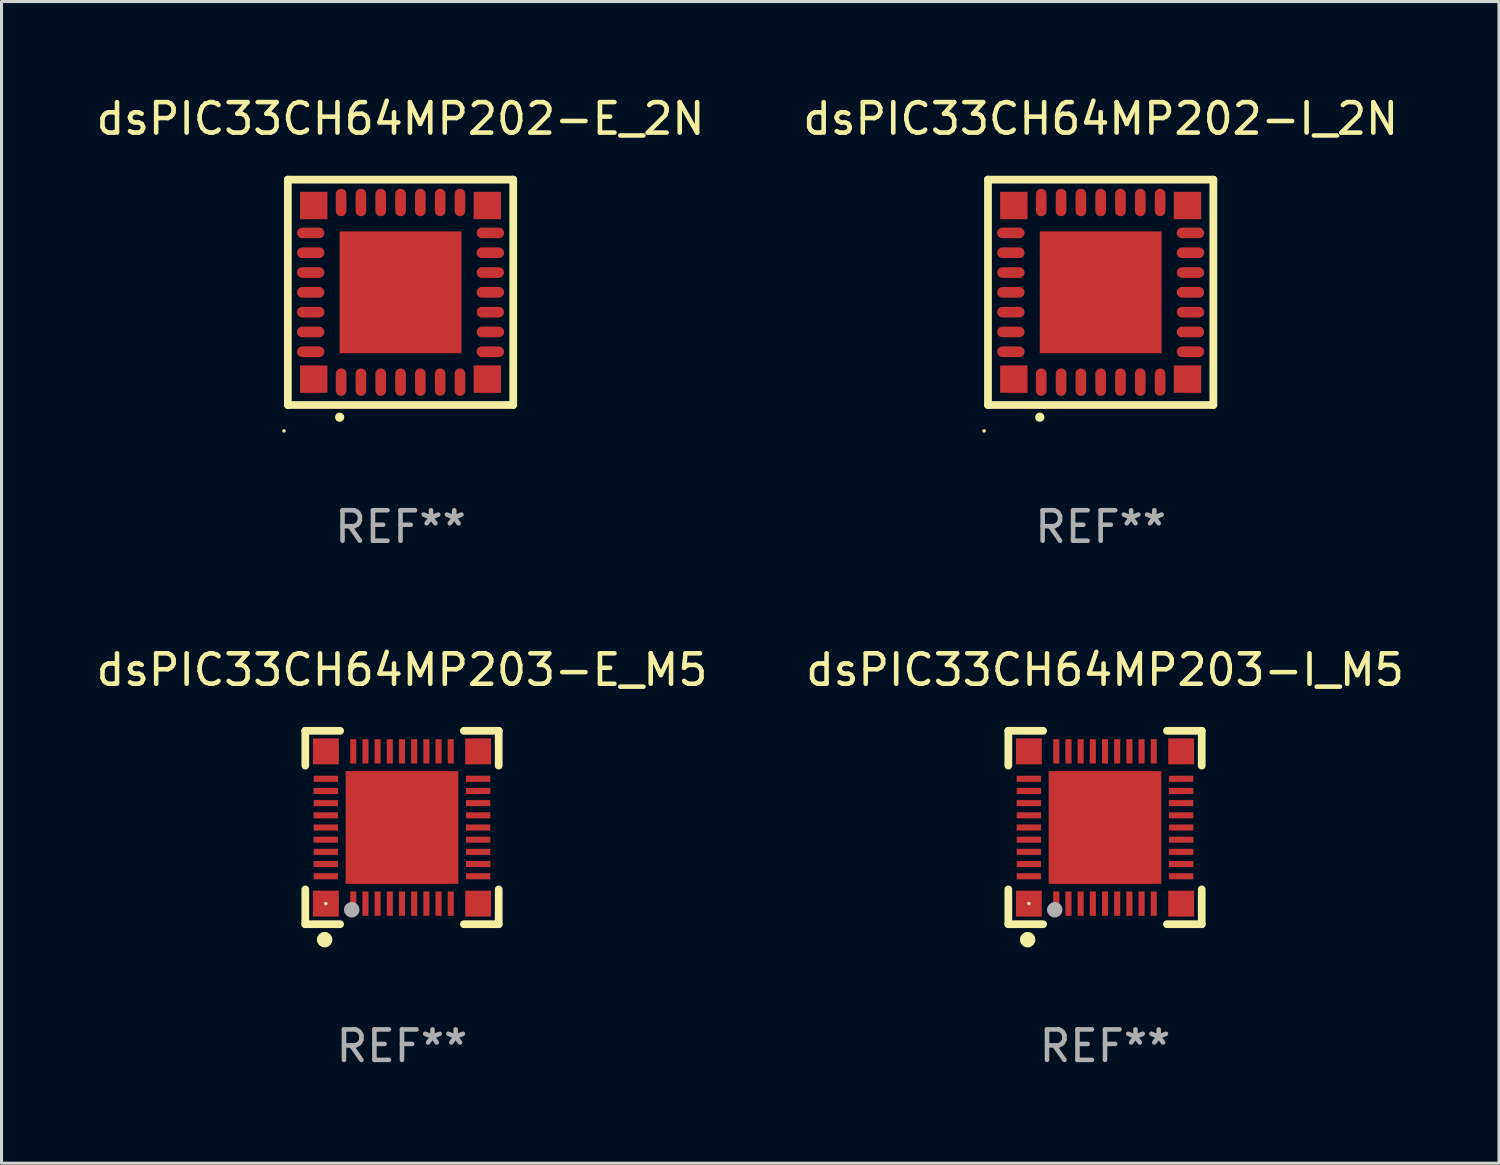
<source format=kicad_pcb>
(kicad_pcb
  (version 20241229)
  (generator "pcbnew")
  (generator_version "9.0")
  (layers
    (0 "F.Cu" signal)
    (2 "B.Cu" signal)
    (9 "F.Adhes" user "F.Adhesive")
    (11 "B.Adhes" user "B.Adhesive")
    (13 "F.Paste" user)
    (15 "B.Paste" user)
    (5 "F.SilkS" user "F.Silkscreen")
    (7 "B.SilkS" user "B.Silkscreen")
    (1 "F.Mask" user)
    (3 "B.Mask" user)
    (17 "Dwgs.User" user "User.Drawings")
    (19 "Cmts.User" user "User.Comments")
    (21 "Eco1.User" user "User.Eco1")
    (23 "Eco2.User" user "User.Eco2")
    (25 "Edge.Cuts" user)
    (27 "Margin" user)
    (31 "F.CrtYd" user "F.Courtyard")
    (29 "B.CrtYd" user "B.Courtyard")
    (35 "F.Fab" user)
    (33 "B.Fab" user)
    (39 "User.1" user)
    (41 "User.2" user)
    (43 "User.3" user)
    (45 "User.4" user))
  (footprint "dsPIC33CH64MP202-E_2N"
    (layer "F.Cu")
    (at 10.101 6.548)
    (property "Reference" "dsPIC33CH64MP202-E_2N" (at 0 -5.7 0) (layer "F.SilkS") (effects (font (size 1 1) (thickness 0.15))))
    (attr through_hole)
    (fp_line (start -3.7 -3.7) (end 3.7 -3.7) (stroke (width 0.254) (type solid)) (layer "F.SilkS"))
    (fp_line (start -3.7 3.7) (end -3.7 -3.7) (stroke (width 0.254) (type solid)) (layer "F.SilkS"))
    (fp_line (start 3.7 -3.7) (end 3.7 3.7) (stroke (width 0.254) (type solid)) (layer "F.SilkS"))
    (fp_line (start 3.7 3.7) (end -3.7 3.7) (stroke (width 0.254) (type solid)) (layer "F.SilkS"))
    (fp_arc (start -2 4.1) (mid -1.99873 4.099995) (end -1.99746 4.1) (stroke (width 0.3) (type solid)) (layer "F.SilkS"))
    (fp_circle (center -3.827 4.55) (end -3.797 4.55) (stroke (width 0.06) (type solid)) (fill no) (layer "F.SilkS"))
    (fp_text user "REF**" (at 0 7.7 0) (layer "F.Fab") (effects (font (size 1 1) (thickness 0.15))))
    (pad "1" smd oval (at -1.951 2.949 180) (size 0.35 0.9) (layers "F.Cu" "F.Mask" "F.Paste"))
    (pad "2" smd oval (at -1.3 2.949 180) (size 0.35 0.9) (layers "F.Cu" "F.Mask" "F.Paste"))
    (pad "3" smd oval (at -0.65 2.949 180) (size 0.35 0.9) (layers "F.Cu" "F.Mask" "F.Paste"))
    (pad "4" smd oval (at 0.000051 2.949 180) (size 0.35 0.9) (layers "F.Cu" "F.Mask" "F.Paste"))
    (pad "5" smd oval (at 0.65 2.949 180) (size 0.35 0.9) (layers "F.Cu" "F.Mask" "F.Paste"))
    (pad "6" smd oval (at 1.301 2.949 180) (size 0.35 0.9) (layers "F.Cu" "F.Mask" "F.Paste"))
    (pad "7" smd oval (at 1.951 2.949 180) (size 0.35 0.9) (layers "F.Cu" "F.Mask" "F.Paste"))
    (pad "8" smd oval (at 2.949 1.951 90) (size 0.35 0.9) (layers "F.Cu" "F.Mask" "F.Paste"))
    (pad "9" smd oval (at 2.949 1.301 90) (size 0.35 0.9) (layers "F.Cu" "F.Mask" "F.Paste"))
    (pad "10" smd oval (at 2.949 0.65 90) (size 0.35 0.9) (layers "F.Cu" "F.Mask" "F.Paste"))
    (pad "11" smd oval (at 2.949 0.000051 90) (size 0.35 0.9) (layers "F.Cu" "F.Mask" "F.Paste"))
    (pad "12" smd oval (at 2.949 -0.65 90) (size 0.35 0.9) (layers "F.Cu" "F.Mask" "F.Paste"))
    (pad "13" smd oval (at 2.949 -1.3 90) (size 0.35 0.9) (layers "F.Cu" "F.Mask" "F.Paste"))
    (pad "14" smd oval (at 2.949 -1.951 90) (size 0.35 0.9) (layers "F.Cu" "F.Mask" "F.Paste"))
    (pad "15" smd oval (at 1.951 -2.949 180) (size 0.35 0.9) (layers "F.Cu" "F.Mask" "F.Paste"))
    (pad "16" smd oval (at 1.301 -2.949 180) (size 0.35 0.9) (layers "F.Cu" "F.Mask" "F.Paste"))
    (pad "17" smd oval (at 0.65 -2.949 180) (size 0.35 0.9) (layers "F.Cu" "F.Mask" "F.Paste"))
    (pad "18" smd oval (at 0.000051 -2.949 180) (size 0.35 0.9) (layers "F.Cu" "F.Mask" "F.Paste"))
    (pad "19" smd oval (at -0.65 -2.949 180) (size 0.35 0.9) (layers "F.Cu" "F.Mask" "F.Paste"))
    (pad "20" smd oval (at -1.3 -2.949 180) (size 0.35 0.9) (layers "F.Cu" "F.Mask" "F.Paste"))
    (pad "21" smd oval (at -1.951 -2.949 180) (size 0.35 0.9) (layers "F.Cu" "F.Mask" "F.Paste"))
    (pad "22" smd oval (at -2.949 -1.951 90) (size 0.35 0.9) (layers "F.Cu" "F.Mask" "F.Paste"))
    (pad "23" smd oval (at -2.949 -1.3 90) (size 0.35 0.9) (layers "F.Cu" "F.Mask" "F.Paste"))
    (pad "24" smd oval (at -2.949 -0.65 90) (size 0.35 0.9) (layers "F.Cu" "F.Mask" "F.Paste"))
    (pad "25" smd oval (at -2.949 0.000051 90) (size 0.35 0.9) (layers "F.Cu" "F.Mask" "F.Paste"))
    (pad "26" smd oval (at -2.949 0.65 90) (size 0.35 0.9) (layers "F.Cu" "F.Mask" "F.Paste"))
    (pad "27" smd oval (at -2.949 1.301 90) (size 0.35 0.9) (layers "F.Cu" "F.Mask" "F.Paste"))
    (pad "28" smd oval (at -2.949 1.951 90) (size 0.35 0.9) (layers "F.Cu" "F.Mask" "F.Paste"))
    (pad "29" smd rect (at -2.85 -2.85 90) (size 0.9 0.9) (layers "F.Cu" "F.Mask" "F.Paste"))
    (pad "29" smd rect (at -2.85 2.85 90) (size 0.9 0.9) (layers "F.Cu" "F.Mask" "F.Paste"))
    (pad "29" smd rect (at 0.000051 0.000051 90) (size 4 4) (layers "F.Cu" "F.Mask" "F.Paste"))
    (pad "29" smd rect (at 2.85 -2.85 90) (size 0.9 0.9) (layers "F.Cu" "F.Mask" "F.Paste"))
    (pad "29" smd rect (at 2.85 2.85 90) (size 0.9 0.9) (layers "F.Cu" "F.Mask" "F.Paste")))
  (footprint "dsPIC33CH64MP203-E_M5"
    (layer "F.Cu")
    (at 10.149 24.12)
    (property "Reference" "dsPIC33CH64MP203-E_M5" (at 0 -5.175 0) (layer "F.SilkS") (effects (font (size 1 1) (thickness 0.15))))
    (attr through_hole)
    (fp_line (start -3.175 -3.175) (end -2.032 -3.175) (stroke (width 0.254) (type solid)) (layer "F.SilkS"))
    (fp_line (start -3.175 -2.032) (end -3.175 -3.175) (stroke (width 0.254) (type solid)) (layer "F.SilkS"))
    (fp_line (start -3.175 3.175) (end -3.175 2.032) (stroke (width 0.254) (type solid)) (layer "F.SilkS"))
    (fp_line (start -2.032 3.175) (end -3.175 3.175) (stroke (width 0.254) (type solid)) (layer "F.SilkS"))
    (fp_line (start 2.032 -3.175) (end 3.175 -3.175) (stroke (width 0.254) (type solid)) (layer "F.SilkS"))
    (fp_line (start 3.175 -3.175) (end 3.175 -2.032) (stroke (width 0.254) (type solid)) (layer "F.SilkS"))
    (fp_line (start 3.175 2.032) (end 3.175 3.175) (stroke (width 0.254) (type solid)) (layer "F.SilkS"))
    (fp_line (start 3.175 3.175) (end 2.032 3.175) (stroke (width 0.254) (type solid)) (layer "F.SilkS"))
    (fp_circle (center -2.54 3.683) (end -2.413 3.683) (stroke (width 0.254) (type solid)) (fill no) (layer "F.SilkS"))
    (fp_circle (center -2.5 2.5) (end -2.47 2.5) (stroke (width 0.06) (type solid)) (fill no) (layer "F.SilkS"))
    (fp_circle (center -1.65 2.7) (end -1.523 2.7) (stroke (width 0.254) (type solid)) (fill no) (layer "F.Fab"))
    (fp_text user "REF**" (at 0 7.175 0) (layer "F.Fab") (effects (font (size 1 1) (thickness 0.15))))
    (pad "1" smd rect (at -1.6 2.5) (size 0.2 0.8) (layers "F.Cu" "F.Mask" "F.Paste"))
    (pad "2" smd rect (at -1.2 2.5) (size 0.2 0.8) (layers "F.Cu" "F.Mask" "F.Paste"))
    (pad "3" smd rect (at -0.8 2.5) (size 0.2 0.8) (layers "F.Cu" "F.Mask" "F.Paste"))
    (pad "4" smd rect (at -0.4 2.5) (size 0.2 0.8) (layers "F.Cu" "F.Mask" "F.Paste"))
    (pad "5" smd rect (at -0.000051 2.5) (size 0.2 0.8) (layers "F.Cu" "F.Mask" "F.Paste"))
    (pad "6" smd rect (at 0.4 2.5) (size 0.2 0.8) (layers "F.Cu" "F.Mask" "F.Paste"))
    (pad "7" smd rect (at 0.8 2.5) (size 0.2 0.8) (layers "F.Cu" "F.Mask" "F.Paste"))
    (pad "8" smd rect (at 1.2 2.5) (size 0.2 0.8) (layers "F.Cu" "F.Mask" "F.Paste"))
    (pad "9" smd rect (at 1.6 2.5) (size 0.2 0.8) (layers "F.Cu" "F.Mask" "F.Paste"))
    (pad "10" smd rect (at 2.5 1.6 90) (size 0.2 0.8) (layers "F.Cu" "F.Mask" "F.Paste"))
    (pad "11" smd rect (at 2.5 1.2 90) (size 0.2 0.8) (layers "F.Cu" "F.Mask" "F.Paste"))
    (pad "12" smd rect (at 2.5 0.8 90) (size 0.2 0.8) (layers "F.Cu" "F.Mask" "F.Paste"))
    (pad "13" smd rect (at 2.5 0.4 90) (size 0.2 0.8) (layers "F.Cu" "F.Mask" "F.Paste"))
    (pad "14" smd rect (at 2.5 -0.000051 90) (size 0.2 0.8) (layers "F.Cu" "F.Mask" "F.Paste"))
    (pad "15" smd rect (at 2.5 -0.4 90) (size 0.2 0.8) (layers "F.Cu" "F.Mask" "F.Paste"))
    (pad "16" smd rect (at 2.5 -0.8 90) (size 0.2 0.8) (layers "F.Cu" "F.Mask" "F.Paste"))
    (pad "17" smd rect (at 2.5 -1.2 90) (size 0.2 0.8) (layers "F.Cu" "F.Mask" "F.Paste"))
    (pad "18" smd rect (at 2.5 -1.6 90) (size 0.2 0.8) (layers "F.Cu" "F.Mask" "F.Paste"))
    (pad "19" smd rect (at 1.6 -2.5 180) (size 0.2 0.8) (layers "F.Cu" "F.Mask" "F.Paste"))
    (pad "20" smd rect (at 1.2 -2.5 180) (size 0.2 0.8) (layers "F.Cu" "F.Mask" "F.Paste"))
    (pad "21" smd rect (at 0.8 -2.5 180) (size 0.2 0.8) (layers "F.Cu" "F.Mask" "F.Paste"))
    (pad "22" smd rect (at 0.4 -2.5 180) (size 0.2 0.8) (layers "F.Cu" "F.Mask" "F.Paste"))
    (pad "23" smd rect (at -0.000051 -2.5 180) (size 0.2 0.8) (layers "F.Cu" "F.Mask" "F.Paste"))
    (pad "24" smd rect (at -0.4 -2.5 180) (size 0.2 0.8) (layers "F.Cu" "F.Mask" "F.Paste"))
    (pad "25" smd rect (at -0.8 -2.5 180) (size 0.2 0.8) (layers "F.Cu" "F.Mask" "F.Paste"))
    (pad "26" smd rect (at -1.2 -2.5 180) (size 0.2 0.8) (layers "F.Cu" "F.Mask" "F.Paste"))
    (pad "27" smd rect (at -1.6 -2.5 180) (size 0.2 0.8) (layers "F.Cu" "F.Mask" "F.Paste"))
    (pad "28" smd rect (at -2.5 -1.6 270) (size 0.2 0.8) (layers "F.Cu" "F.Mask" "F.Paste"))
    (pad "29" smd rect (at -2.5 -1.2 270) (size 0.2 0.8) (layers "F.Cu" "F.Mask" "F.Paste"))
    (pad "30" smd rect (at -2.5 -0.8 270) (size 0.2 0.8) (layers "F.Cu" "F.Mask" "F.Paste"))
    (pad "31" smd rect (at -2.5 -0.4 270) (size 0.2 0.8) (layers "F.Cu" "F.Mask" "F.Paste"))
    (pad "32" smd rect (at -2.5 -0.000051 270) (size 0.2 0.8) (layers "F.Cu" "F.Mask" "F.Paste"))
    (pad "33" smd rect (at -2.5 0.4 270) (size 0.2 0.8) (layers "F.Cu" "F.Mask" "F.Paste"))
    (pad "34" smd rect (at -2.5 0.8 270) (size 0.2 0.8) (layers "F.Cu" "F.Mask" "F.Paste"))
    (pad "35" smd rect (at -2.5 1.2 270) (size 0.2 0.8) (layers "F.Cu" "F.Mask" "F.Paste"))
    (pad "36" smd rect (at -2.5 1.6 270) (size 0.2 0.8) (layers "F.Cu" "F.Mask" "F.Paste"))
    (pad "37" smd rect (at -2.5 -2.5) (size 0.85 0.85) (layers "F.Cu" "F.Mask" "F.Paste"))
    (pad "37" smd rect (at -2.5 2.5) (size 0.85 0.85) (layers "F.Cu" "F.Mask" "F.Paste"))
    (pad "37" smd rect (at -0.000051 -0.000051) (size 3.7 3.7) (layers "F.Cu" "F.Mask" "F.Paste"))
    (pad "37" smd rect (at 2.5 -2.5) (size 0.85 0.85) (layers "F.Cu" "F.Mask" "F.Paste"))
    (pad "37" smd rect (at 2.5 2.5) (size 0.85 0.85) (layers "F.Cu" "F.Mask" "F.Paste")))
  (footprint "dsPIC33CH64MP203-I_M5"
    (layer "F.Cu")
    (at 33.232 24.12)
    (property "Reference" "dsPIC33CH64MP203-I_M5" (at 0 -5.175 0) (layer "F.SilkS") (effects (font (size 1 1) (thickness 0.15))))
    (attr through_hole)
    (fp_line (start -3.175 -3.175) (end -2.032 -3.175) (stroke (width 0.254) (type solid)) (layer "F.SilkS"))
    (fp_line (start -3.175 -2.032) (end -3.175 -3.175) (stroke (width 0.254) (type solid)) (layer "F.SilkS"))
    (fp_line (start -3.175 3.175) (end -3.175 2.032) (stroke (width 0.254) (type solid)) (layer "F.SilkS"))
    (fp_line (start -2.032 3.175) (end -3.175 3.175) (stroke (width 0.254) (type solid)) (layer "F.SilkS"))
    (fp_line (start 2.032 -3.175) (end 3.175 -3.175) (stroke (width 0.254) (type solid)) (layer "F.SilkS"))
    (fp_line (start 3.175 -3.175) (end 3.175 -2.032) (stroke (width 0.254) (type solid)) (layer "F.SilkS"))
    (fp_line (start 3.175 2.032) (end 3.175 3.175) (stroke (width 0.254) (type solid)) (layer "F.SilkS"))
    (fp_line (start 3.175 3.175) (end 2.032 3.175) (stroke (width 0.254) (type solid)) (layer "F.SilkS"))
    (fp_circle (center -2.54 3.683) (end -2.413 3.683) (stroke (width 0.254) (type solid)) (fill no) (layer "F.SilkS"))
    (fp_circle (center -2.5 2.5) (end -2.47 2.5) (stroke (width 0.06) (type solid)) (fill no) (layer "F.SilkS"))
    (fp_circle (center -1.65 2.7) (end -1.523 2.7) (stroke (width 0.254) (type solid)) (fill no) (layer "F.Fab"))
    (fp_text user "REF**" (at 0 7.175 0) (layer "F.Fab") (effects (font (size 1 1) (thickness 0.15))))
    (pad "1" smd rect (at -1.6 2.5) (size 0.2 0.8) (layers "F.Cu" "F.Mask" "F.Paste"))
    (pad "2" smd rect (at -1.2 2.5) (size 0.2 0.8) (layers "F.Cu" "F.Mask" "F.Paste"))
    (pad "3" smd rect (at -0.8 2.5) (size 0.2 0.8) (layers "F.Cu" "F.Mask" "F.Paste"))
    (pad "4" smd rect (at -0.4 2.5) (size 0.2 0.8) (layers "F.Cu" "F.Mask" "F.Paste"))
    (pad "5" smd rect (at -0.000051 2.5) (size 0.2 0.8) (layers "F.Cu" "F.Mask" "F.Paste"))
    (pad "6" smd rect (at 0.4 2.5) (size 0.2 0.8) (layers "F.Cu" "F.Mask" "F.Paste"))
    (pad "7" smd rect (at 0.8 2.5) (size 0.2 0.8) (layers "F.Cu" "F.Mask" "F.Paste"))
    (pad "8" smd rect (at 1.2 2.5) (size 0.2 0.8) (layers "F.Cu" "F.Mask" "F.Paste"))
    (pad "9" smd rect (at 1.6 2.5) (size 0.2 0.8) (layers "F.Cu" "F.Mask" "F.Paste"))
    (pad "10" smd rect (at 2.5 1.6 90) (size 0.2 0.8) (layers "F.Cu" "F.Mask" "F.Paste"))
    (pad "11" smd rect (at 2.5 1.2 90) (size 0.2 0.8) (layers "F.Cu" "F.Mask" "F.Paste"))
    (pad "12" smd rect (at 2.5 0.8 90) (size 0.2 0.8) (layers "F.Cu" "F.Mask" "F.Paste"))
    (pad "13" smd rect (at 2.5 0.4 90) (size 0.2 0.8) (layers "F.Cu" "F.Mask" "F.Paste"))
    (pad "14" smd rect (at 2.5 -0.000051 90) (size 0.2 0.8) (layers "F.Cu" "F.Mask" "F.Paste"))
    (pad "15" smd rect (at 2.5 -0.4 90) (size 0.2 0.8) (layers "F.Cu" "F.Mask" "F.Paste"))
    (pad "16" smd rect (at 2.5 -0.8 90) (size 0.2 0.8) (layers "F.Cu" "F.Mask" "F.Paste"))
    (pad "17" smd rect (at 2.5 -1.2 90) (size 0.2 0.8) (layers "F.Cu" "F.Mask" "F.Paste"))
    (pad "18" smd rect (at 2.5 -1.6 90) (size 0.2 0.8) (layers "F.Cu" "F.Mask" "F.Paste"))
    (pad "19" smd rect (at 1.6 -2.5 180) (size 0.2 0.8) (layers "F.Cu" "F.Mask" "F.Paste"))
    (pad "20" smd rect (at 1.2 -2.5 180) (size 0.2 0.8) (layers "F.Cu" "F.Mask" "F.Paste"))
    (pad "21" smd rect (at 0.8 -2.5 180) (size 0.2 0.8) (layers "F.Cu" "F.Mask" "F.Paste"))
    (pad "22" smd rect (at 0.4 -2.5 180) (size 0.2 0.8) (layers "F.Cu" "F.Mask" "F.Paste"))
    (pad "23" smd rect (at -0.000051 -2.5 180) (size 0.2 0.8) (layers "F.Cu" "F.Mask" "F.Paste"))
    (pad "24" smd rect (at -0.4 -2.5 180) (size 0.2 0.8) (layers "F.Cu" "F.Mask" "F.Paste"))
    (pad "25" smd rect (at -0.8 -2.5 180) (size 0.2 0.8) (layers "F.Cu" "F.Mask" "F.Paste"))
    (pad "26" smd rect (at -1.2 -2.5 180) (size 0.2 0.8) (layers "F.Cu" "F.Mask" "F.Paste"))
    (pad "27" smd rect (at -1.6 -2.5 180) (size 0.2 0.8) (layers "F.Cu" "F.Mask" "F.Paste"))
    (pad "28" smd rect (at -2.5 -1.6 270) (size 0.2 0.8) (layers "F.Cu" "F.Mask" "F.Paste"))
    (pad "29" smd rect (at -2.5 -1.2 270) (size 0.2 0.8) (layers "F.Cu" "F.Mask" "F.Paste"))
    (pad "30" smd rect (at -2.5 -0.8 270) (size 0.2 0.8) (layers "F.Cu" "F.Mask" "F.Paste"))
    (pad "31" smd rect (at -2.5 -0.4 270) (size 0.2 0.8) (layers "F.Cu" "F.Mask" "F.Paste"))
    (pad "32" smd rect (at -2.5 -0.000051 270) (size 0.2 0.8) (layers "F.Cu" "F.Mask" "F.Paste"))
    (pad "33" smd rect (at -2.5 0.4 270) (size 0.2 0.8) (layers "F.Cu" "F.Mask" "F.Paste"))
    (pad "34" smd rect (at -2.5 0.8 270) (size 0.2 0.8) (layers "F.Cu" "F.Mask" "F.Paste"))
    (pad "35" smd rect (at -2.5 1.2 270) (size 0.2 0.8) (layers "F.Cu" "F.Mask" "F.Paste"))
    (pad "36" smd rect (at -2.5 1.6 270) (size 0.2 0.8) (layers "F.Cu" "F.Mask" "F.Paste"))
    (pad "37" smd rect (at -2.5 -2.5) (size 0.85 0.85) (layers "F.Cu" "F.Mask" "F.Paste"))
    (pad "37" smd rect (at -2.5 2.5) (size 0.85 0.85) (layers "F.Cu" "F.Mask" "F.Paste"))
    (pad "37" smd rect (at -0.000051 -0.000051) (size 3.7 3.7) (layers "F.Cu" "F.Mask" "F.Paste"))
    (pad "37" smd rect (at 2.5 -2.5) (size 0.85 0.85) (layers "F.Cu" "F.Mask" "F.Paste"))
    (pad "37" smd rect (at 2.5 2.5) (size 0.85 0.85) (layers "F.Cu" "F.Mask" "F.Paste")))
  (footprint "dsPIC33CH64MP202-I_2N"
    (layer "F.Cu")
    (at 33.089 6.548)
    (property "Reference" "dsPIC33CH64MP202-I_2N" (at 0 -5.7 0) (layer "F.SilkS") (effects (font (size 1 1) (thickness 0.15))))
    (attr through_hole)
    (fp_line (start -3.7 -3.7) (end 3.7 -3.7) (stroke (width 0.254) (type solid)) (layer "F.SilkS"))
    (fp_line (start -3.7 3.7) (end -3.7 -3.7) (stroke (width 0.254) (type solid)) (layer "F.SilkS"))
    (fp_line (start 3.7 -3.7) (end 3.7 3.7) (stroke (width 0.254) (type solid)) (layer "F.SilkS"))
    (fp_line (start 3.7 3.7) (end -3.7 3.7) (stroke (width 0.254) (type solid)) (layer "F.SilkS"))
    (fp_arc (start -2 4.1) (mid -1.99873 4.099995) (end -1.99746 4.1) (stroke (width 0.3) (type solid)) (layer "F.SilkS"))
    (fp_circle (center -3.827 4.55) (end -3.797 4.55) (stroke (width 0.06) (type solid)) (fill no) (layer "F.SilkS"))
    (fp_text user "REF**" (at 0 7.7 0) (layer "F.Fab") (effects (font (size 1 1) (thickness 0.15))))
    (pad "1" smd oval (at -1.951 2.949 180) (size 0.35 0.9) (layers "F.Cu" "F.Mask" "F.Paste"))
    (pad "2" smd oval (at -1.3 2.949 180) (size 0.35 0.9) (layers "F.Cu" "F.Mask" "F.Paste"))
    (pad "3" smd oval (at -0.65 2.949 180) (size 0.35 0.9) (layers "F.Cu" "F.Mask" "F.Paste"))
    (pad "4" smd oval (at 0.000051 2.949 180) (size 0.35 0.9) (layers "F.Cu" "F.Mask" "F.Paste"))
    (pad "5" smd oval (at 0.65 2.949 180) (size 0.35 0.9) (layers "F.Cu" "F.Mask" "F.Paste"))
    (pad "6" smd oval (at 1.301 2.949 180) (size 0.35 0.9) (layers "F.Cu" "F.Mask" "F.Paste"))
    (pad "7" smd oval (at 1.951 2.949 180) (size 0.35 0.9) (layers "F.Cu" "F.Mask" "F.Paste"))
    (pad "8" smd oval (at 2.949 1.951 90) (size 0.35 0.9) (layers "F.Cu" "F.Mask" "F.Paste"))
    (pad "9" smd oval (at 2.949 1.301 90) (size 0.35 0.9) (layers "F.Cu" "F.Mask" "F.Paste"))
    (pad "10" smd oval (at 2.949 0.65 90) (size 0.35 0.9) (layers "F.Cu" "F.Mask" "F.Paste"))
    (pad "11" smd oval (at 2.949 0.000051 90) (size 0.35 0.9) (layers "F.Cu" "F.Mask" "F.Paste"))
    (pad "12" smd oval (at 2.949 -0.65 90) (size 0.35 0.9) (layers "F.Cu" "F.Mask" "F.Paste"))
    (pad "13" smd oval (at 2.949 -1.3 90) (size 0.35 0.9) (layers "F.Cu" "F.Mask" "F.Paste"))
    (pad "14" smd oval (at 2.949 -1.951 90) (size 0.35 0.9) (layers "F.Cu" "F.Mask" "F.Paste"))
    (pad "15" smd oval (at 1.951 -2.949 180) (size 0.35 0.9) (layers "F.Cu" "F.Mask" "F.Paste"))
    (pad "16" smd oval (at 1.301 -2.949 180) (size 0.35 0.9) (layers "F.Cu" "F.Mask" "F.Paste"))
    (pad "17" smd oval (at 0.65 -2.949 180) (size 0.35 0.9) (layers "F.Cu" "F.Mask" "F.Paste"))
    (pad "18" smd oval (at 0.000051 -2.949 180) (size 0.35 0.9) (layers "F.Cu" "F.Mask" "F.Paste"))
    (pad "19" smd oval (at -0.65 -2.949 180) (size 0.35 0.9) (layers "F.Cu" "F.Mask" "F.Paste"))
    (pad "20" smd oval (at -1.3 -2.949 180) (size 0.35 0.9) (layers "F.Cu" "F.Mask" "F.Paste"))
    (pad "21" smd oval (at -1.951 -2.949 180) (size 0.35 0.9) (layers "F.Cu" "F.Mask" "F.Paste"))
    (pad "22" smd oval (at -2.949 -1.951 90) (size 0.35 0.9) (layers "F.Cu" "F.Mask" "F.Paste"))
    (pad "23" smd oval (at -2.949 -1.3 90) (size 0.35 0.9) (layers "F.Cu" "F.Mask" "F.Paste"))
    (pad "24" smd oval (at -2.949 -0.65 90) (size 0.35 0.9) (layers "F.Cu" "F.Mask" "F.Paste"))
    (pad "25" smd oval (at -2.949 0.000051 90) (size 0.35 0.9) (layers "F.Cu" "F.Mask" "F.Paste"))
    (pad "26" smd oval (at -2.949 0.65 90) (size 0.35 0.9) (layers "F.Cu" "F.Mask" "F.Paste"))
    (pad "27" smd oval (at -2.949 1.301 90) (size 0.35 0.9) (layers "F.Cu" "F.Mask" "F.Paste"))
    (pad "28" smd oval (at -2.949 1.951 90) (size 0.35 0.9) (layers "F.Cu" "F.Mask" "F.Paste"))
    (pad "29" smd rect (at -2.85 -2.85 90) (size 0.9 0.9) (layers "F.Cu" "F.Mask" "F.Paste"))
    (pad "29" smd rect (at -2.85 2.85 90) (size 0.9 0.9) (layers "F.Cu" "F.Mask" "F.Paste"))
    (pad "29" smd rect (at 0.000051 0.000051 90) (size 4 4) (layers "F.Cu" "F.Mask" "F.Paste"))
    (pad "29" smd rect (at 2.85 -2.85 90) (size 0.9 0.9) (layers "F.Cu" "F.Mask" "F.Paste"))
    (pad "29" smd rect (at 2.85 2.85 90) (size 0.9 0.9) (layers "F.Cu" "F.Mask" "F.Paste")))
  (gr_rect
    (start -3 -3)
    (end 46.167 35.143)
    (stroke (width 0.1) (type default))
    (fill no)
    (layer "Edge.Cuts")))
</source>
